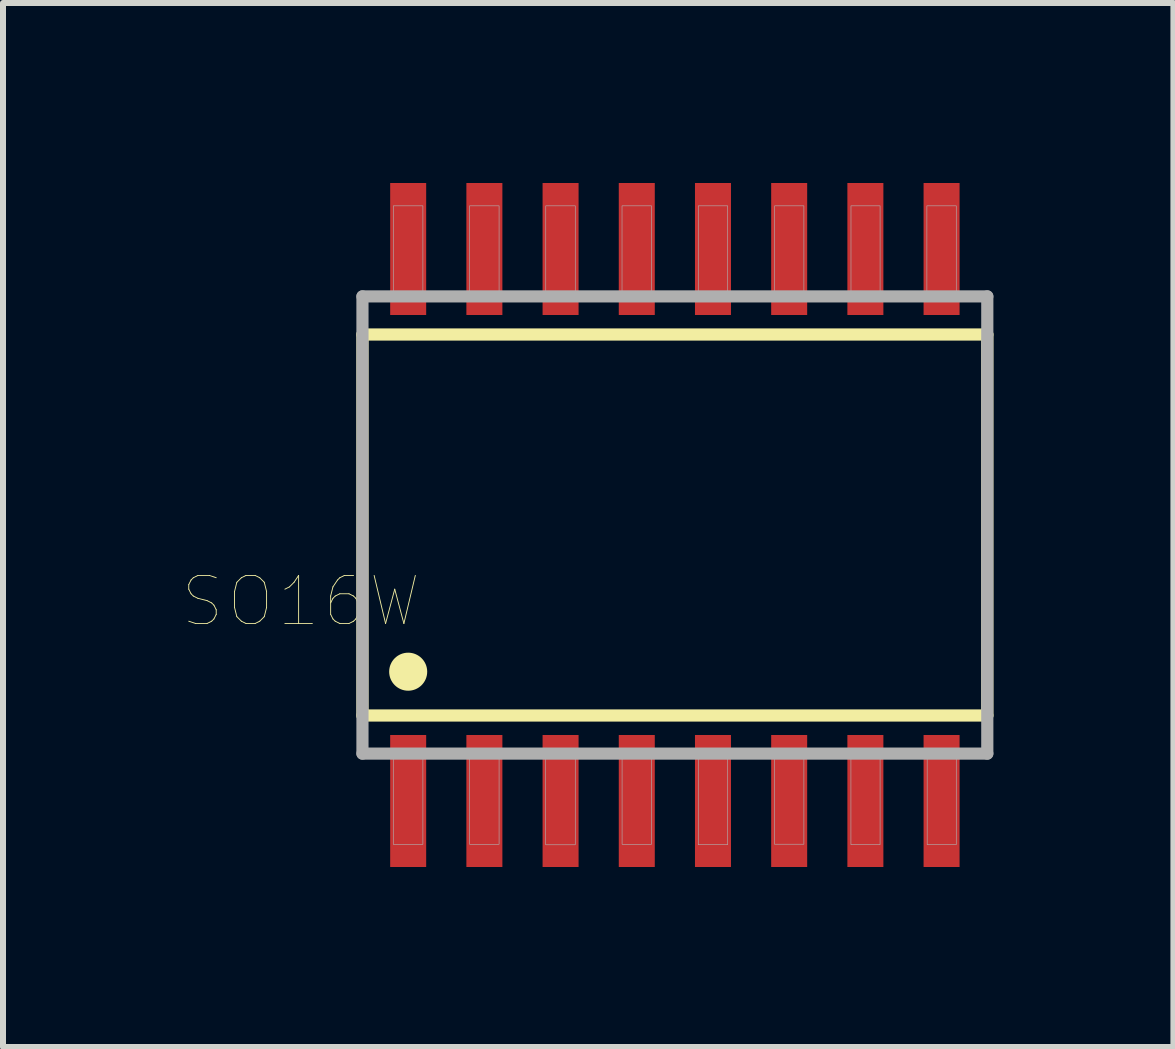
<source format=kicad_pcb>
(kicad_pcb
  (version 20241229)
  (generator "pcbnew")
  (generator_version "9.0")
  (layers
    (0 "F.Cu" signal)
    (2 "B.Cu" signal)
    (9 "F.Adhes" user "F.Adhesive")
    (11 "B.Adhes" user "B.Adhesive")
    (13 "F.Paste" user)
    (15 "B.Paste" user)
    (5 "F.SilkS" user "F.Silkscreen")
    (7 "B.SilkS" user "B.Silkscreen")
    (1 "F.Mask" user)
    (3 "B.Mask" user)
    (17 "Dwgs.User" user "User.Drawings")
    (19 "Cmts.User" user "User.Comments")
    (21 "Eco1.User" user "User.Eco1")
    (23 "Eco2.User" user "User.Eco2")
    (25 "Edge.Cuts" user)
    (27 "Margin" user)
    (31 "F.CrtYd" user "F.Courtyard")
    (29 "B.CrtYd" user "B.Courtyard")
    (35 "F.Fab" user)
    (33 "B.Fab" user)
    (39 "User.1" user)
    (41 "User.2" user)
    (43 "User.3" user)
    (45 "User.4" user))
  (footprint "SO16W"
    (layer "F.Cu")
    (at 8.198 5.7)
    (property "Reference" "SO16W" (at -6.233 1.272 180) (layer "F.SilkS") (effects (font (size 0.801 0.801) (thickness 0.015))))
    (attr through_hole)
    (fp_line (start -5.207 -3.175) (end 5.207 -3.175) (stroke (width 0.203) (type solid)) (layer "F.SilkS"))
    (fp_line (start -5.207 3.175) (end -5.207 -3.175) (stroke (width 0.203) (type solid)) (layer "F.SilkS"))
    (fp_line (start 5.207 -3.175) (end 5.207 3.175) (stroke (width 0.203) (type solid)) (layer "F.SilkS"))
    (fp_line (start 5.207 3.175) (end -5.207 3.175) (stroke (width 0.203) (type solid)) (layer "F.SilkS"))
    (fp_circle (center -4.445 2.445) (end -4.128 2.445) (stroke (width 0) (type solid)) (fill yes) (layer "F.SilkS"))
    (fp_line (start -5.207 -3.81) (end 5.207 -3.81) (stroke (width 0.203) (type solid)) (layer "F.Fab"))
    (fp_line (start -5.207 3.81) (end -5.207 -3.81) (stroke (width 0.203) (type solid)) (layer "F.Fab"))
    (fp_line (start 5.207 -3.81) (end 5.207 3.81) (stroke (width 0.203) (type solid)) (layer "F.Fab"))
    (fp_line (start 5.207 3.81) (end -5.207 3.81) (stroke (width 0.203) (type solid)) (layer "F.Fab"))
    (fp_poly (pts (xy -4.693 3.8) (xy -4.2 3.8) (xy -4.2 5.323) (xy -4.693 5.323)) (stroke (width 0.01) (type solid)) (fill no) (layer "F.Fab"))
    (fp_poly (pts (xy -4.692 -5.32) (xy -4.2 -5.32) (xy -4.2 -3.801) (xy -4.692 -3.801)) (stroke (width 0.01) (type solid)) (fill no) (layer "F.Fab"))
    (fp_poly (pts (xy -3.422 -5.32) (xy -2.93 -5.32) (xy -2.93 -3.802) (xy -3.422 -3.802)) (stroke (width 0.01) (type solid)) (fill no) (layer "F.Fab"))
    (fp_poly (pts (xy -3.422 3.8) (xy -2.93 3.8) (xy -2.93 5.322) (xy -3.422 5.322)) (stroke (width 0.01) (type solid)) (fill no) (layer "F.Fab"))
    (fp_poly (pts (xy -2.154 3.8) (xy -1.66 3.8) (xy -1.66 5.329) (xy -2.154 5.329)) (stroke (width 0.01) (type solid)) (fill no) (layer "F.Fab"))
    (fp_poly (pts (xy -2.152 -5.32) (xy -1.66 -5.32) (xy -1.66 -3.803) (xy -2.152 -3.803)) (stroke (width 0.01) (type solid)) (fill no) (layer "F.Fab"))
    (fp_poly (pts (xy -0.881 -5.32) (xy -0.39 -5.32) (xy -0.39 -3.805) (xy -0.881 -3.805)) (stroke (width 0.01) (type solid)) (fill no) (layer "F.Fab"))
    (fp_poly (pts (xy -0.88 3.8) (xy -0.39 3.8) (xy -0.39 5.322) (xy -0.88 5.322)) (stroke (width 0.01) (type solid)) (fill no) (layer "F.Fab"))
    (fp_poly (pts (xy 0.39 -5.32) (xy 0.88 -5.32) (xy 0.88 -3.803) (xy 0.39 -3.803)) (stroke (width 0.01) (type solid)) (fill no) (layer "F.Fab"))
    (fp_poly (pts (xy 0.39 3.8) (xy 0.88 3.8) (xy 0.88 5.328) (xy 0.39 5.328)) (stroke (width 0.01) (type solid)) (fill no) (layer "F.Fab"))
    (fp_poly (pts (xy 1.66 3.8) (xy 2.15 3.8) (xy 2.15 5.321) (xy 1.66 5.321)) (stroke (width 0.01) (type solid)) (fill no) (layer "F.Fab"))
    (fp_poly (pts (xy 1.663 -5.32) (xy 2.15 -5.32) (xy 2.15 -3.806) (xy 1.663 -3.806)) (stroke (width 0.01) (type solid)) (fill no) (layer "F.Fab"))
    (fp_poly (pts (xy 2.934 3.8) (xy 3.42 3.8) (xy 3.42 5.328) (xy 2.934 5.328)) (stroke (width 0.01) (type solid)) (fill no) (layer "F.Fab"))
    (fp_poly (pts (xy 2.935 -5.32) (xy 3.42 -5.32) (xy 3.42 -3.807) (xy 2.935 -3.807)) (stroke (width 0.01) (type solid)) (fill no) (layer "F.Fab"))
    (fp_poly (pts (xy 4.2 -5.32) (xy 4.69 -5.32) (xy 4.69 -3.8) (xy 4.2 -3.8)) (stroke (width 0.01) (type solid)) (fill no) (layer "F.Fab"))
    (fp_poly (pts (xy 4.205 3.8) (xy 4.69 3.8) (xy 4.69 5.327) (xy 4.205 5.327)) (stroke (width 0.01) (type solid)) (fill no) (layer "F.Fab"))
    (pad "1" smd rect (at -4.445 4.6) (size 0.6 2.2) (layers "F.Cu" "F.Mask" "F.Paste"))
    (pad "2" smd rect (at -3.175 4.6) (size 0.6 2.2) (layers "F.Cu" "F.Mask" "F.Paste"))
    (pad "3" smd rect (at -1.905 4.6) (size 0.6 2.2) (layers "F.Cu" "F.Mask" "F.Paste"))
    (pad "4" smd rect (at -0.635 4.6) (size 0.6 2.2) (layers "F.Cu" "F.Mask" "F.Paste"))
    (pad "5" smd rect (at 0.635 4.6) (size 0.6 2.2) (layers "F.Cu" "F.Mask" "F.Paste"))
    (pad "6" smd rect (at 1.905 4.6) (size 0.6 2.2) (layers "F.Cu" "F.Mask" "F.Paste"))
    (pad "7" smd rect (at 3.175 4.6) (size 0.6 2.2) (layers "F.Cu" "F.Mask" "F.Paste"))
    (pad "8" smd rect (at 4.445 4.6) (size 0.6 2.2) (layers "F.Cu" "F.Mask" "F.Paste"))
    (pad "9" smd rect (at 4.445 -4.6) (size 0.6 2.2) (layers "F.Cu" "F.Mask" "F.Paste"))
    (pad "10" smd rect (at 3.175 -4.6) (size 0.6 2.2) (layers "F.Cu" "F.Mask" "F.Paste"))
    (pad "11" smd rect (at 1.905 -4.6) (size 0.6 2.2) (layers "F.Cu" "F.Mask" "F.Paste"))
    (pad "12" smd rect (at 0.635 -4.6) (size 0.6 2.2) (layers "F.Cu" "F.Mask" "F.Paste"))
    (pad "13" smd rect (at -0.635 -4.6) (size 0.6 2.2) (layers "F.Cu" "F.Mask" "F.Paste"))
    (pad "14" smd rect (at -1.905 -4.6) (size 0.6 2.2) (layers "F.Cu" "F.Mask" "F.Paste"))
    (pad "15" smd rect (at -3.175 -4.6) (size 0.6 2.2) (layers "F.Cu" "F.Mask" "F.Paste"))
    (pad "16" smd rect (at -4.445 -4.6) (size 0.6 2.2) (layers "F.Cu" "F.Mask" "F.Paste")))
  (gr_rect
    (start -3 -3)
    (end 16.507 14.4)
    (stroke (width 0.1) (type default))
    (fill no)
    (layer "Edge.Cuts")))
</source>
